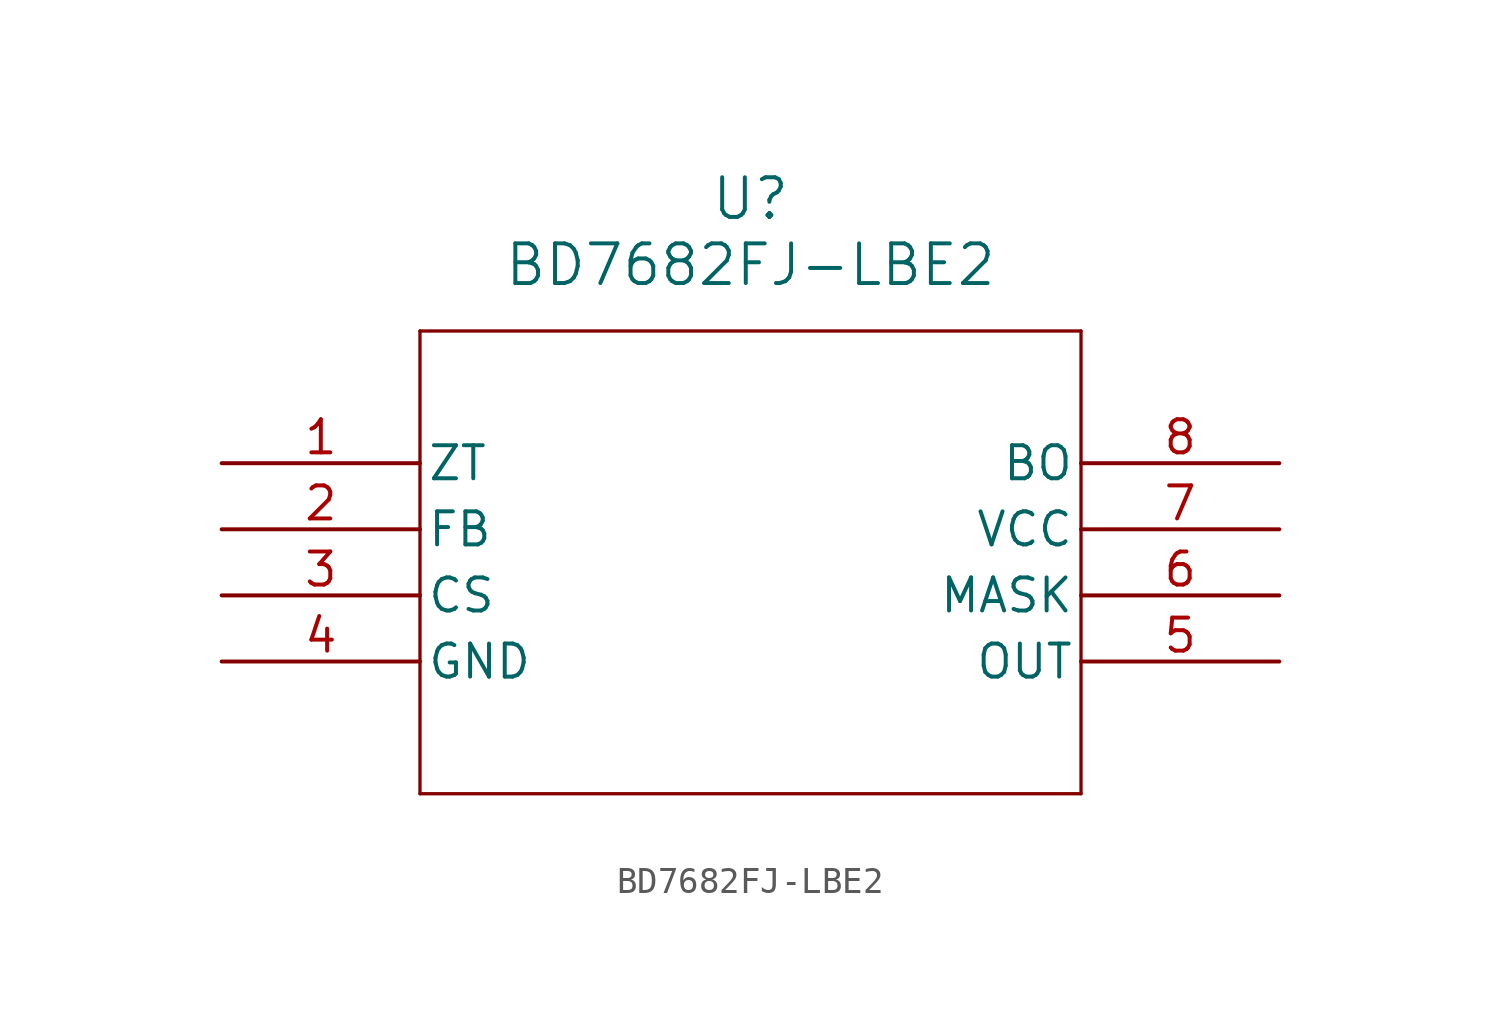
<source format=kicad_sym>
(kicad_symbol_lib
  (version 20211014)
  (generator kicad_symbol_editor)
  (symbol "BD7682FJ-LBE2"
    (pin_names
      (offset 0.254))
    (property "Reference" "U"
      (at 20.32 10.16 0)
      (effects (font (size 1.524 1.524))))
    (property "Value" "BD7682FJ-LBE2"
      (at 20.32 7.62 0)
      (effects (font (size 1.524 1.524))))
    (symbol "BD7682FJ-LBE2_0_1"
      (polyline (pts (xy 7.62 5.08) (xy 7.62 -12.7)) (stroke (width 0.127) (type default) (color 0 0 0 0)) (fill (type none)))
      (polyline (pts (xy 7.62 -12.7) (xy 33.02 -12.7)) (stroke (width 0.127) (type default) (color 0 0 0 0)) (fill (type none)))
      (polyline (pts (xy 33.02 -12.7) (xy 33.02 5.08)) (stroke (width 0.127) (type default) (color 0 0 0 0)) (fill (type none)))
      (polyline (pts (xy 33.02 5.08) (xy 7.62 5.08)) (stroke (width 0.127) (type default) (color 0 0 0 0)) (fill (type none)))
      (pin unspecified line (at 0 0 0) (length 7.62) (name "ZT" (effects (font (size 1.27 1.27)))) (number "1" (effects (font (size 1.27 1.27)))))
      (pin unspecified line (at 0 -2.54 0) (length 7.62) (name "FB" (effects (font (size 1.27 1.27)))) (number "2" (effects (font (size 1.27 1.27)))))
      (pin unspecified line (at 0 -5.08 0) (length 7.62) (name "CS" (effects (font (size 1.27 1.27)))) (number "3" (effects (font (size 1.27 1.27)))))
      (pin power_out line (at 0 -7.62 0) (length 7.62) (name "GND" (effects (font (size 1.27 1.27)))) (number "4" (effects (font (size 1.27 1.27)))))
      (pin output line (at 40.64 -7.62 180) (length 7.62) (name "OUT" (effects (font (size 1.27 1.27)))) (number "5" (effects (font (size 1.27 1.27)))))
      (pin unspecified line (at 40.64 -5.08 180) (length 7.62) (name "MASK" (effects (font (size 1.27 1.27)))) (number "6" (effects (font (size 1.27 1.27)))))
      (pin power_in line (at 40.64 -2.54 180) (length 7.62) (name "VCC" (effects (font (size 1.27 1.27)))) (number "7" (effects (font (size 1.27 1.27)))))
      (pin unspecified line (at 40.64 0 180) (length 7.62) (name "BO" (effects (font (size 1.27 1.27)))) (number "8" (effects (font (size 1.27 1.27))))))))
</source>
